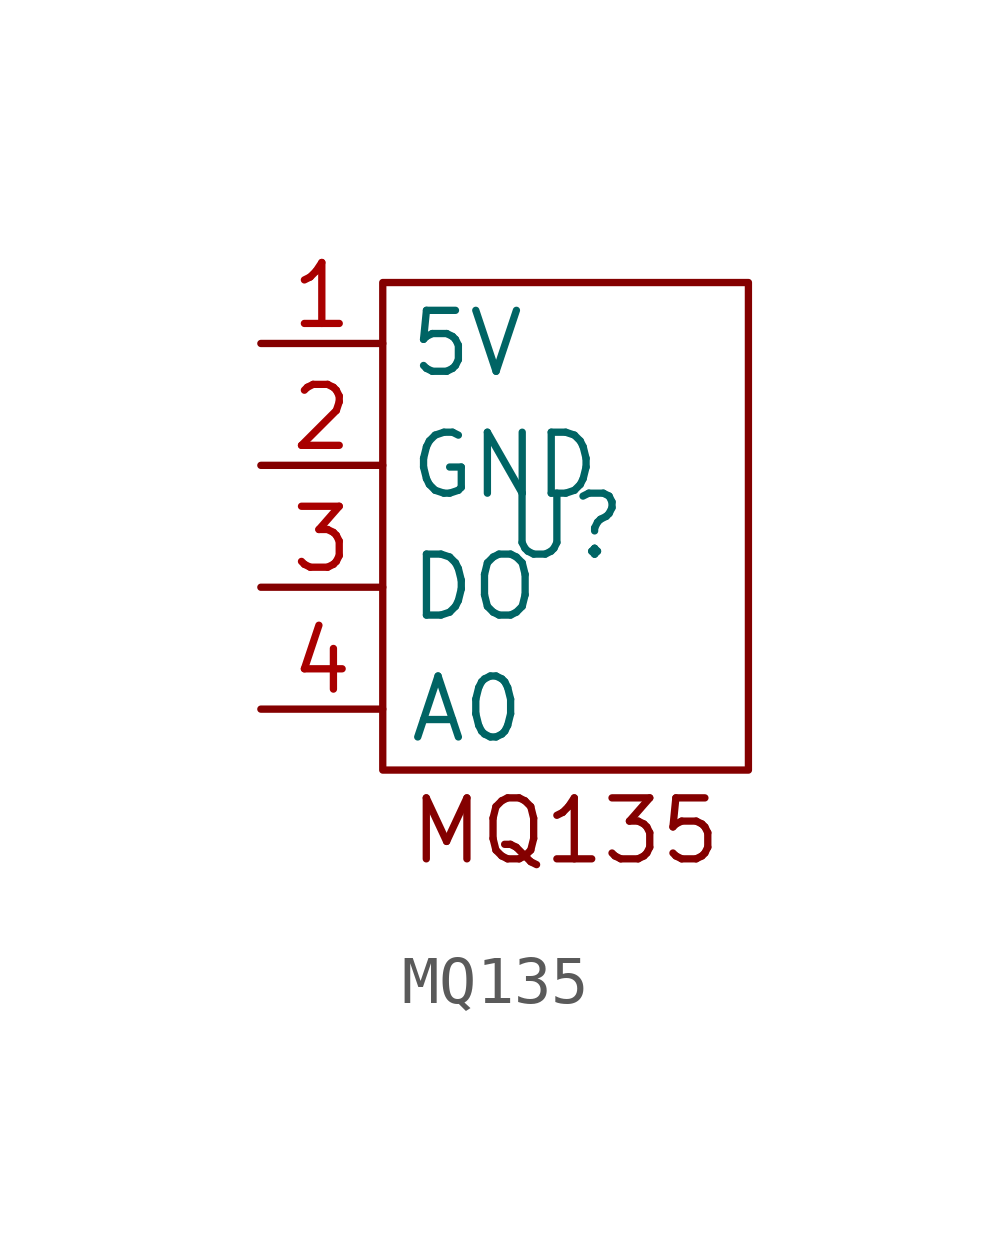
<source format=kicad_sym>
(kicad_symbol_lib
  (version 20241209)
  (generator "kicad_symbol_editor")
  (generator_version "9.0")
  (symbol "MQ135"
    (property "Reference" "U"
      (at 0 0 0)
      (effects (font (size 1.27 1.27))))
    (property "Value" ""
      (at 0 0 0)
      (effects (font (size 1.27 1.27))))
    (symbol "MQ135_0_1"
      (rectangle (start -3.81 5.08) (end 3.81 -5.08) (stroke (width 0) (type default)) (fill (type none))))
    (symbol "MQ135_1_1"
      (text "MQ135\n" (at 0 -6.35 0) (effects (font (size 1.27 1.27))))
      (pin power_in line (at -6.35 3.81 0) (length 2.54) (name "5V" (effects (font (size 1.27 1.27)))) (number "1" (effects (font (size 1.27 1.27)))))
      (pin power_in line (at -6.35 1.27 0) (length 2.54) (name "GND" (effects (font (size 1.27 1.27)))) (number "2" (effects (font (size 1.27 1.27)))))
      (pin output line (at -6.35 -1.27 0) (length 2.54) (name "DO" (effects (font (size 1.27 1.27)))) (number "3" (effects (font (size 1.27 1.27)))))
      (pin output line (at -6.35 -3.81 0) (length 2.54) (name "A0" (effects (font (size 1.27 1.27)))) (number "4" (effects (font (size 1.27 1.27))))))))
</source>
